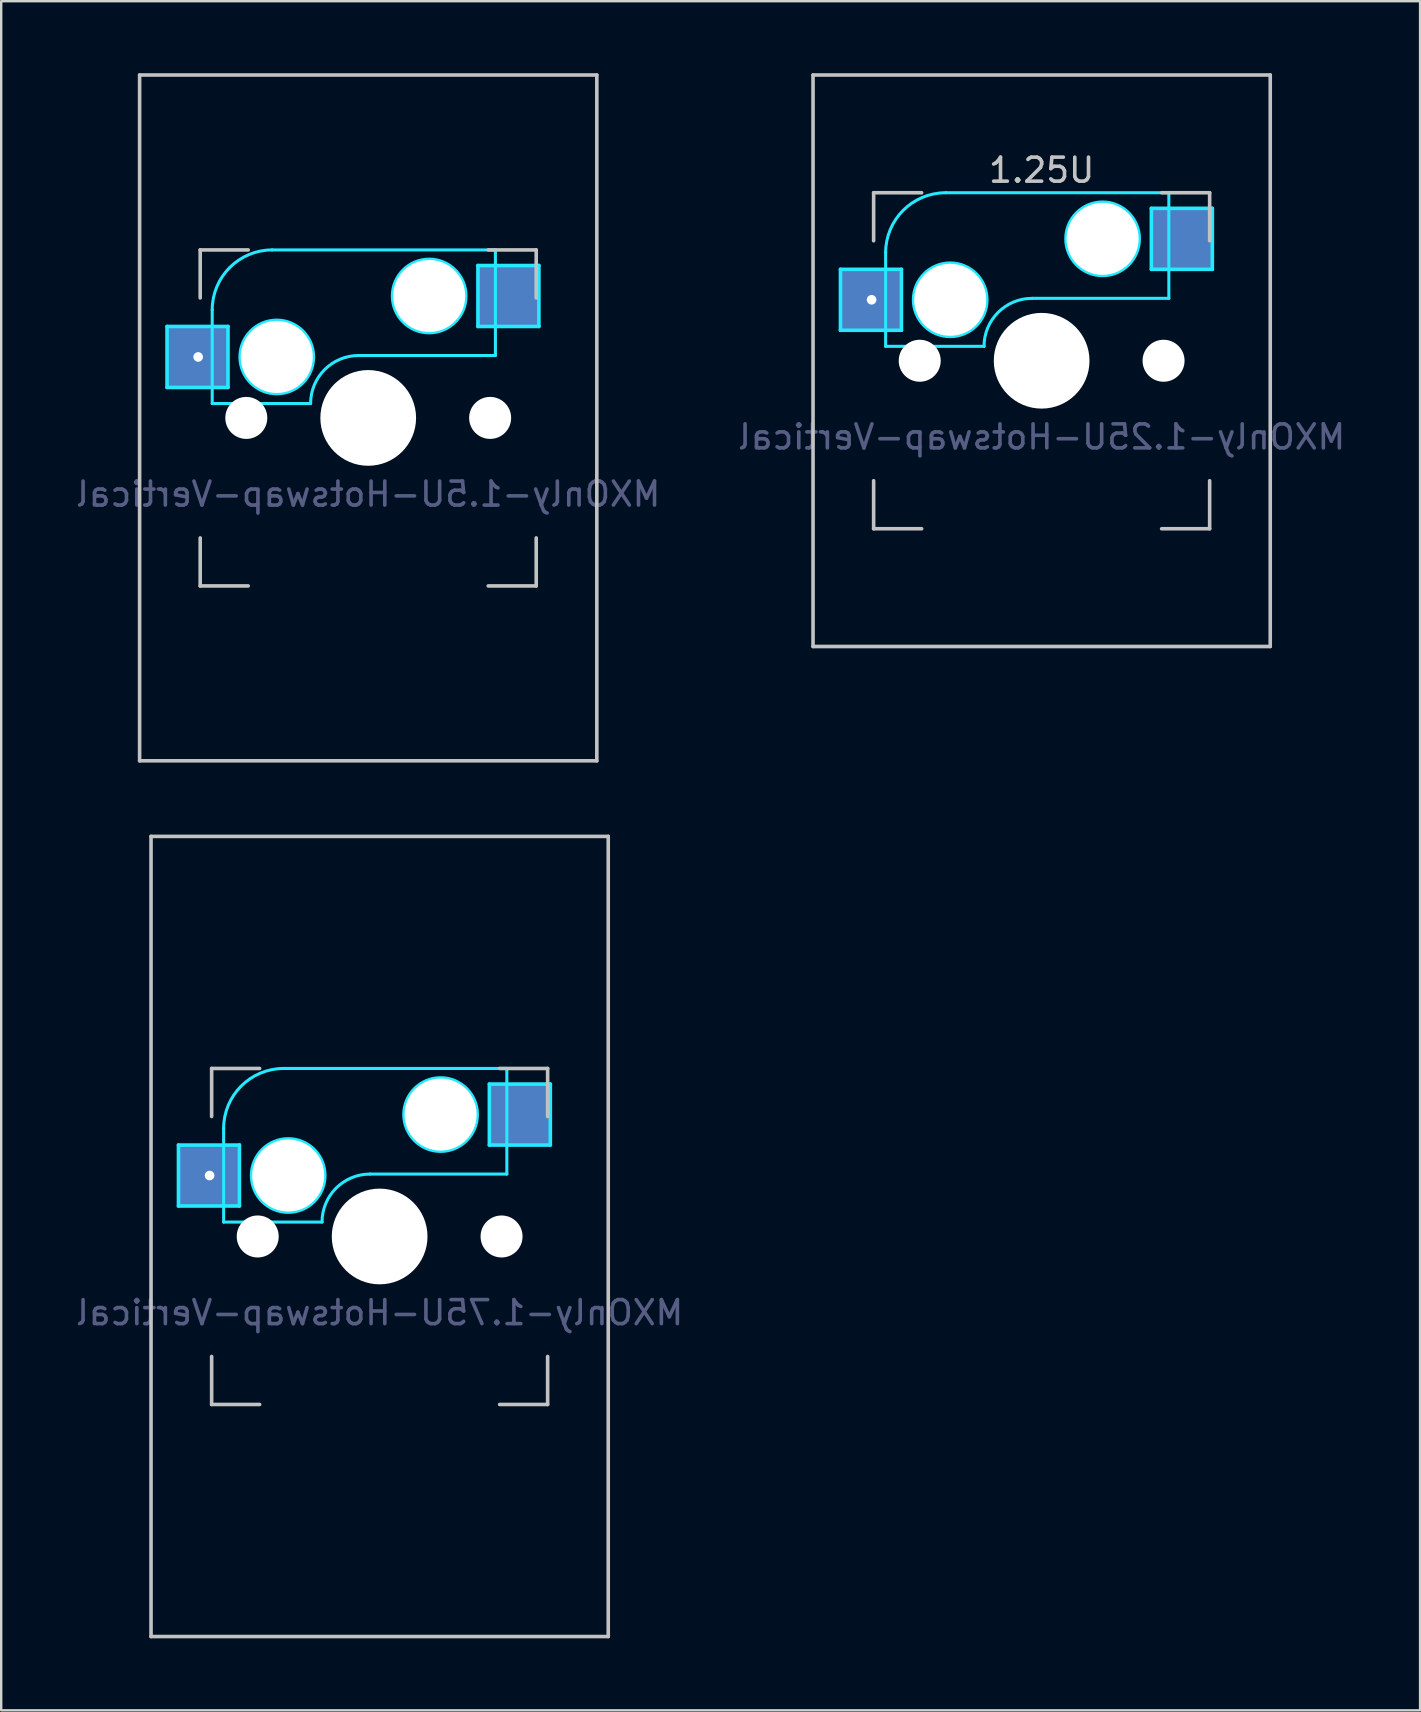
<source format=kicad_pcb>
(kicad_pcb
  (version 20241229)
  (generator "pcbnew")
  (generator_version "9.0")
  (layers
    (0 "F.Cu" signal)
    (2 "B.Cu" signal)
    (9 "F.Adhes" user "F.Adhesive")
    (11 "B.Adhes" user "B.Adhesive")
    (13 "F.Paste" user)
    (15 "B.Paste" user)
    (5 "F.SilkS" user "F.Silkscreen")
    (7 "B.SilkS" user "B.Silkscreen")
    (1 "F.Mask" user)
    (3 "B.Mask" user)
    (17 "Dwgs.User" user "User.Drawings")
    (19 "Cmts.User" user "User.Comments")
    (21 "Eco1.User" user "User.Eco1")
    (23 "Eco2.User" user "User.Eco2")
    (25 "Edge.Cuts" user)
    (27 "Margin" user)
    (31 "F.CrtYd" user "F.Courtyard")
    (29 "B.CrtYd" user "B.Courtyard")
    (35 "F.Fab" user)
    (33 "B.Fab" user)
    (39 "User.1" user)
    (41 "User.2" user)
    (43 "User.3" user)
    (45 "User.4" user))
  (footprint "MXOnly-1.25U-Hotswap-Vertical"
    (layer "F.Cu")
    (at 40.351 11.981)
    (property "Reference" "MXOnly-1.25U-Hotswap-Vertical" (at 0 3.175 0) (layer "B.Fab") (effects (font (size 1 1) (thickness 0.15)) (justify mirror)))
    (attr through_hole)
    (fp_line (start -9.525 -11.906) (end 9.525 -11.906) (stroke (width 0.15) (type solid)) (layer "Dwgs.User"))
    (fp_line (start -9.525 11.906) (end -9.525 -11.906) (stroke (width 0.15) (type solid)) (layer "Dwgs.User"))
    (fp_line (start -7 -7) (end -7 -5) (stroke (width 0.15) (type solid)) (layer "Dwgs.User"))
    (fp_line (start -7 5) (end -7 7) (stroke (width 0.15) (type solid)) (layer "Dwgs.User"))
    (fp_line (start -7 7) (end -5 7) (stroke (width 0.15) (type solid)) (layer "Dwgs.User"))
    (fp_line (start -5 -7) (end -7 -7) (stroke (width 0.15) (type solid)) (layer "Dwgs.User"))
    (fp_line (start 5 -7) (end 7 -7) (stroke (width 0.15) (type solid)) (layer "Dwgs.User"))
    (fp_line (start 5 7) (end 7 7) (stroke (width 0.15) (type solid)) (layer "Dwgs.User"))
    (fp_line (start 7 -7) (end 7 -5) (stroke (width 0.15) (type solid)) (layer "Dwgs.User"))
    (fp_line (start 7 7) (end 7 5) (stroke (width 0.15) (type solid)) (layer "Dwgs.User"))
    (fp_line (start 9.525 11.906) (end -9.525 11.906) (stroke (width 0.15) (type solid)) (layer "Dwgs.User"))
    (fp_line (start 9.525 11.906) (end 9.525 -11.906) (stroke (width 0.15) (type solid)) (layer "Dwgs.User"))
    (fp_line (start -8.382 -3.81) (end -8.382 -1.27) (stroke (width 0.15) (type solid)) (layer "B.CrtYd"))
    (fp_line (start -8.382 -1.27) (end -5.842 -1.27) (stroke (width 0.15) (type solid)) (layer "B.CrtYd"))
    (fp_line (start -6.5 -4.5) (end -6.5 -0.6) (stroke (width 0.127) (type solid)) (layer "B.CrtYd"))
    (fp_line (start -6.5 -0.6) (end -2.4 -0.6) (stroke (width 0.127) (type solid)) (layer "B.CrtYd"))
    (fp_line (start -5.842 -3.81) (end -8.382 -3.81) (stroke (width 0.15) (type solid)) (layer "B.CrtYd"))
    (fp_line (start -5.842 -1.27) (end -5.842 -3.81) (stroke (width 0.15) (type solid)) (layer "B.CrtYd"))
    (fp_line (start -0.4 -2.6) (end 5.3 -2.6) (stroke (width 0.127) (type solid)) (layer "B.CrtYd"))
    (fp_line (start 4.572 -6.35) (end 7.112 -6.35) (stroke (width 0.15) (type solid)) (layer "B.CrtYd"))
    (fp_line (start 4.572 -3.81) (end 4.572 -6.35) (stroke (width 0.15) (type solid)) (layer "B.CrtYd"))
    (fp_line (start 5.3 -7) (end -4 -7) (stroke (width 0.127) (type solid)) (layer "B.CrtYd"))
    (fp_line (start 5.3 -7) (end 5.3 -2.6) (stroke (width 0.127) (type solid)) (layer "B.CrtYd"))
    (fp_line (start 7.112 -6.35) (end 7.112 -3.81) (stroke (width 0.15) (type solid)) (layer "B.CrtYd"))
    (fp_line (start 7.112 -3.81) (end 4.572 -3.81) (stroke (width 0.15) (type solid)) (layer "B.CrtYd"))
    (fp_arc (start -6.5 -4.5) (mid -5.767767 -6.267767) (end -4 -7) (stroke (width 0.127) (type solid)) (layer "B.CrtYd"))
    (fp_arc (start -2.4 -0.6) (mid -1.814214 -2.014214) (end -0.4 -2.6) (stroke (width 0.127) (type solid)) (layer "B.CrtYd"))
    (fp_circle (center -3.81 -2.54) (end -3.81 -4.064) (stroke (width 0.15) (type solid)) (fill no) (layer "B.CrtYd"))
    (fp_circle (center 2.54 -5.08) (end 2.54 -6.604) (stroke (width 0.15) (type solid)) (fill no) (layer "B.CrtYd"))
    (fp_text user "1.25U" (at 0 -7.938 0) (layer "Dwgs.User") (effects (font (size 1 1) (thickness 0.15))))
    (pad "" np_thru_hole circle (at -5.08 0 48.1) (size 1.75 1.75) (drill 1.75) (layers "*.Cu" "*.Mask"))
    (pad "" np_thru_hole circle (at -3.81 -2.54) (size 3 3) (drill 3) (layers "*.Cu" "*.Mask"))
    (pad "" np_thru_hole circle (at 0 0) (size 3.988 3.988) (drill 3.988) (layers "*.Cu" "*.Mask"))
    (pad "" np_thru_hole circle (at 2.54 -5.08) (size 3 3) (drill 3) (layers "*.Cu" "*.Mask"))
    (pad "" np_thru_hole circle (at 5.08 0 48.1) (size 1.75 1.75) (drill 1.75) (layers "*.Cu" "*.Mask"))
    (pad "1" thru_hole circle (at -7.085 -2.54) (size 0.8 0.8) (drill 0.4) (layers "*.Cu"))
    (pad "1" smd rect (at -7.085 -2.54) (size 2.55 2.5) (layers "B.Cu" "B.Mask" "B.Paste"))
    (pad "2" smd rect (at 5.842 -5.08) (size 2.55 2.5) (layers "B.Cu" "B.Mask" "B.Paste")))
  (footprint "MXOnly-1.5U-Hotswap-Vertical"
    (layer "F.Cu")
    (at 12.292 14.363)
    (property "Reference" "MXOnly-1.5U-Hotswap-Vertical" (at 0 3.175 0) (layer "B.Fab") (effects (font (size 1 1) (thickness 0.15)) (justify mirror)))
    (attr through_hole)
    (fp_line (start -9.525 -14.287) (end 9.525 -14.287) (stroke (width 0.15) (type solid)) (layer "Dwgs.User"))
    (fp_line (start -9.525 14.287) (end -9.525 -14.287) (stroke (width 0.15) (type solid)) (layer "Dwgs.User"))
    (fp_line (start -7 -7) (end -7 -5) (stroke (width 0.15) (type solid)) (layer "Dwgs.User"))
    (fp_line (start -7 5) (end -7 7) (stroke (width 0.15) (type solid)) (layer "Dwgs.User"))
    (fp_line (start -7 7) (end -5 7) (stroke (width 0.15) (type solid)) (layer "Dwgs.User"))
    (fp_line (start -5 -7) (end -7 -7) (stroke (width 0.15) (type solid)) (layer "Dwgs.User"))
    (fp_line (start 5 -7) (end 7 -7) (stroke (width 0.15) (type solid)) (layer "Dwgs.User"))
    (fp_line (start 5 7) (end 7 7) (stroke (width 0.15) (type solid)) (layer "Dwgs.User"))
    (fp_line (start 7 -7) (end 7 -5) (stroke (width 0.15) (type solid)) (layer "Dwgs.User"))
    (fp_line (start 7 7) (end 7 5) (stroke (width 0.15) (type solid)) (layer "Dwgs.User"))
    (fp_line (start 9.525 14.287) (end -9.525 14.287) (stroke (width 0.15) (type solid)) (layer "Dwgs.User"))
    (fp_line (start 9.525 14.287) (end 9.525 -14.287) (stroke (width 0.15) (type solid)) (layer "Dwgs.User"))
    (fp_line (start -8.382 -3.81) (end -8.382 -1.27) (stroke (width 0.15) (type solid)) (layer "B.CrtYd"))
    (fp_line (start -8.382 -1.27) (end -5.842 -1.27) (stroke (width 0.15) (type solid)) (layer "B.CrtYd"))
    (fp_line (start -6.5 -4.5) (end -6.5 -0.6) (stroke (width 0.127) (type solid)) (layer "B.CrtYd"))
    (fp_line (start -6.5 -0.6) (end -2.4 -0.6) (stroke (width 0.127) (type solid)) (layer "B.CrtYd"))
    (fp_line (start -5.842 -3.81) (end -8.382 -3.81) (stroke (width 0.15) (type solid)) (layer "B.CrtYd"))
    (fp_line (start -5.842 -1.27) (end -5.842 -3.81) (stroke (width 0.15) (type solid)) (layer "B.CrtYd"))
    (fp_line (start -0.4 -2.6) (end 5.3 -2.6) (stroke (width 0.127) (type solid)) (layer "B.CrtYd"))
    (fp_line (start 4.572 -6.35) (end 7.112 -6.35) (stroke (width 0.15) (type solid)) (layer "B.CrtYd"))
    (fp_line (start 4.572 -3.81) (end 4.572 -6.35) (stroke (width 0.15) (type solid)) (layer "B.CrtYd"))
    (fp_line (start 5.3 -7) (end -4 -7) (stroke (width 0.127) (type solid)) (layer "B.CrtYd"))
    (fp_line (start 5.3 -7) (end 5.3 -2.6) (stroke (width 0.127) (type solid)) (layer "B.CrtYd"))
    (fp_line (start 7.112 -6.35) (end 7.112 -3.81) (stroke (width 0.15) (type solid)) (layer "B.CrtYd"))
    (fp_line (start 7.112 -3.81) (end 4.572 -3.81) (stroke (width 0.15) (type solid)) (layer "B.CrtYd"))
    (fp_arc (start -6.5 -4.5) (mid -5.767767 -6.267767) (end -4 -7) (stroke (width 0.127) (type solid)) (layer "B.CrtYd"))
    (fp_arc (start -2.4 -0.6) (mid -1.814214 -2.014214) (end -0.4 -2.6) (stroke (width 0.127) (type solid)) (layer "B.CrtYd"))
    (fp_circle (center -3.81 -2.54) (end -3.81 -4.064) (stroke (width 0.15) (type solid)) (fill no) (layer "B.CrtYd"))
    (fp_circle (center 2.54 -5.08) (end 2.54 -6.604) (stroke (width 0.15) (type solid)) (fill no) (layer "B.CrtYd"))
    (pad "" np_thru_hole circle (at -5.08 0 48.1) (size 1.75 1.75) (drill 1.75) (layers "*.Cu" "*.Mask"))
    (pad "" np_thru_hole circle (at -3.81 -2.54) (size 3 3) (drill 3) (layers "*.Cu" "*.Mask"))
    (pad "" np_thru_hole circle (at 0 0) (size 3.988 3.988) (drill 3.988) (layers "*.Cu" "*.Mask"))
    (pad "" np_thru_hole circle (at 2.54 -5.08) (size 3 3) (drill 3) (layers "*.Cu" "*.Mask"))
    (pad "" np_thru_hole circle (at 5.08 0 48.1) (size 1.75 1.75) (drill 1.75) (layers "*.Cu" "*.Mask"))
    (pad "1" thru_hole circle (at -7.085 -2.54) (size 0.8 0.8) (drill 0.4) (layers "*.Cu"))
    (pad "1" smd rect (at -7.085 -2.54) (size 2.55 2.5) (layers "B.Cu" "B.Mask" "B.Paste"))
    (pad "2" smd rect (at 5.842 -5.08) (size 2.55 2.5) (layers "B.Cu" "B.Mask" "B.Paste")))
  (footprint "MXOnly-1.75U-Hotswap-Vertical"
    (layer "F.Cu")
    (at 12.768 48.469)
    (property "Reference" "MXOnly-1.75U-Hotswap-Vertical" (at 0 3.175 0) (layer "B.Fab") (effects (font (size 1 1) (thickness 0.15)) (justify mirror)))
    (attr through_hole)
    (fp_line (start -9.525 -16.669) (end 9.525 -16.669) (stroke (width 0.15) (type solid)) (layer "Dwgs.User"))
    (fp_line (start -9.525 16.669) (end -9.525 -16.669) (stroke (width 0.15) (type solid)) (layer "Dwgs.User"))
    (fp_line (start -7 -7) (end -7 -5) (stroke (width 0.15) (type solid)) (layer "Dwgs.User"))
    (fp_line (start -7 5) (end -7 7) (stroke (width 0.15) (type solid)) (layer "Dwgs.User"))
    (fp_line (start -7 7) (end -5 7) (stroke (width 0.15) (type solid)) (layer "Dwgs.User"))
    (fp_line (start -5 -7) (end -7 -7) (stroke (width 0.15) (type solid)) (layer "Dwgs.User"))
    (fp_line (start 5 -7) (end 7 -7) (stroke (width 0.15) (type solid)) (layer "Dwgs.User"))
    (fp_line (start 5 7) (end 7 7) (stroke (width 0.15) (type solid)) (layer "Dwgs.User"))
    (fp_line (start 7 -7) (end 7 -5) (stroke (width 0.15) (type solid)) (layer "Dwgs.User"))
    (fp_line (start 7 7) (end 7 5) (stroke (width 0.15) (type solid)) (layer "Dwgs.User"))
    (fp_line (start 9.525 16.669) (end -9.525 16.669) (stroke (width 0.15) (type solid)) (layer "Dwgs.User"))
    (fp_line (start 9.525 16.669) (end 9.525 -16.669) (stroke (width 0.15) (type solid)) (layer "Dwgs.User"))
    (fp_line (start -8.382 -3.81) (end -8.382 -1.27) (stroke (width 0.15) (type solid)) (layer "B.CrtYd"))
    (fp_line (start -8.382 -1.27) (end -5.842 -1.27) (stroke (width 0.15) (type solid)) (layer "B.CrtYd"))
    (fp_line (start -6.5 -4.5) (end -6.5 -0.6) (stroke (width 0.127) (type solid)) (layer "B.CrtYd"))
    (fp_line (start -6.5 -0.6) (end -2.4 -0.6) (stroke (width 0.127) (type solid)) (layer "B.CrtYd"))
    (fp_line (start -5.842 -3.81) (end -8.382 -3.81) (stroke (width 0.15) (type solid)) (layer "B.CrtYd"))
    (fp_line (start -5.842 -1.27) (end -5.842 -3.81) (stroke (width 0.15) (type solid)) (layer "B.CrtYd"))
    (fp_line (start -0.4 -2.6) (end 5.3 -2.6) (stroke (width 0.127) (type solid)) (layer "B.CrtYd"))
    (fp_line (start 4.572 -6.35) (end 7.112 -6.35) (stroke (width 0.15) (type solid)) (layer "B.CrtYd"))
    (fp_line (start 4.572 -3.81) (end 4.572 -6.35) (stroke (width 0.15) (type solid)) (layer "B.CrtYd"))
    (fp_line (start 5.3 -7) (end -4 -7) (stroke (width 0.127) (type solid)) (layer "B.CrtYd"))
    (fp_line (start 5.3 -7) (end 5.3 -2.6) (stroke (width 0.127) (type solid)) (layer "B.CrtYd"))
    (fp_line (start 7.112 -6.35) (end 7.112 -3.81) (stroke (width 0.15) (type solid)) (layer "B.CrtYd"))
    (fp_line (start 7.112 -3.81) (end 4.572 -3.81) (stroke (width 0.15) (type solid)) (layer "B.CrtYd"))
    (fp_arc (start -6.5 -4.5) (mid -5.767767 -6.267767) (end -4 -7) (stroke (width 0.127) (type solid)) (layer "B.CrtYd"))
    (fp_arc (start -2.4 -0.6) (mid -1.814214 -2.014214) (end -0.4 -2.6) (stroke (width 0.127) (type solid)) (layer "B.CrtYd"))
    (fp_circle (center -3.81 -2.54) (end -3.81 -4.064) (stroke (width 0.15) (type solid)) (fill no) (layer "B.CrtYd"))
    (fp_circle (center 2.54 -5.08) (end 2.54 -6.604) (stroke (width 0.15) (type solid)) (fill no) (layer "B.CrtYd"))
    (pad "" np_thru_hole circle (at -5.08 0 48.1) (size 1.75 1.75) (drill 1.75) (layers "*.Cu" "*.Mask"))
    (pad "" np_thru_hole circle (at -3.81 -2.54) (size 3 3) (drill 3) (layers "*.Cu" "*.Mask"))
    (pad "" np_thru_hole circle (at 0 0) (size 3.988 3.988) (drill 3.988) (layers "*.Cu" "*.Mask"))
    (pad "" np_thru_hole circle (at 2.54 -5.08) (size 3 3) (drill 3) (layers "*.Cu" "*.Mask"))
    (pad "" np_thru_hole circle (at 5.08 0 48.1) (size 1.75 1.75) (drill 1.75) (layers "*.Cu" "*.Mask"))
    (pad "1" thru_hole circle (at -7.085 -2.54) (size 0.8 0.8) (drill 0.4) (layers "*.Cu"))
    (pad "1" smd rect (at -7.085 -2.54) (size 2.55 2.5) (layers "B.Cu" "B.Mask" "B.Paste"))
    (pad "2" smd rect (at 5.842 -5.08) (size 2.55 2.5) (layers "B.Cu" "B.Mask" "B.Paste")))
  (gr_rect
    (start -3 -3)
    (end 56.119 68.213)
    (stroke (width 0.1) (type default))
    (fill no)
    (layer "Edge.Cuts")))
</source>
